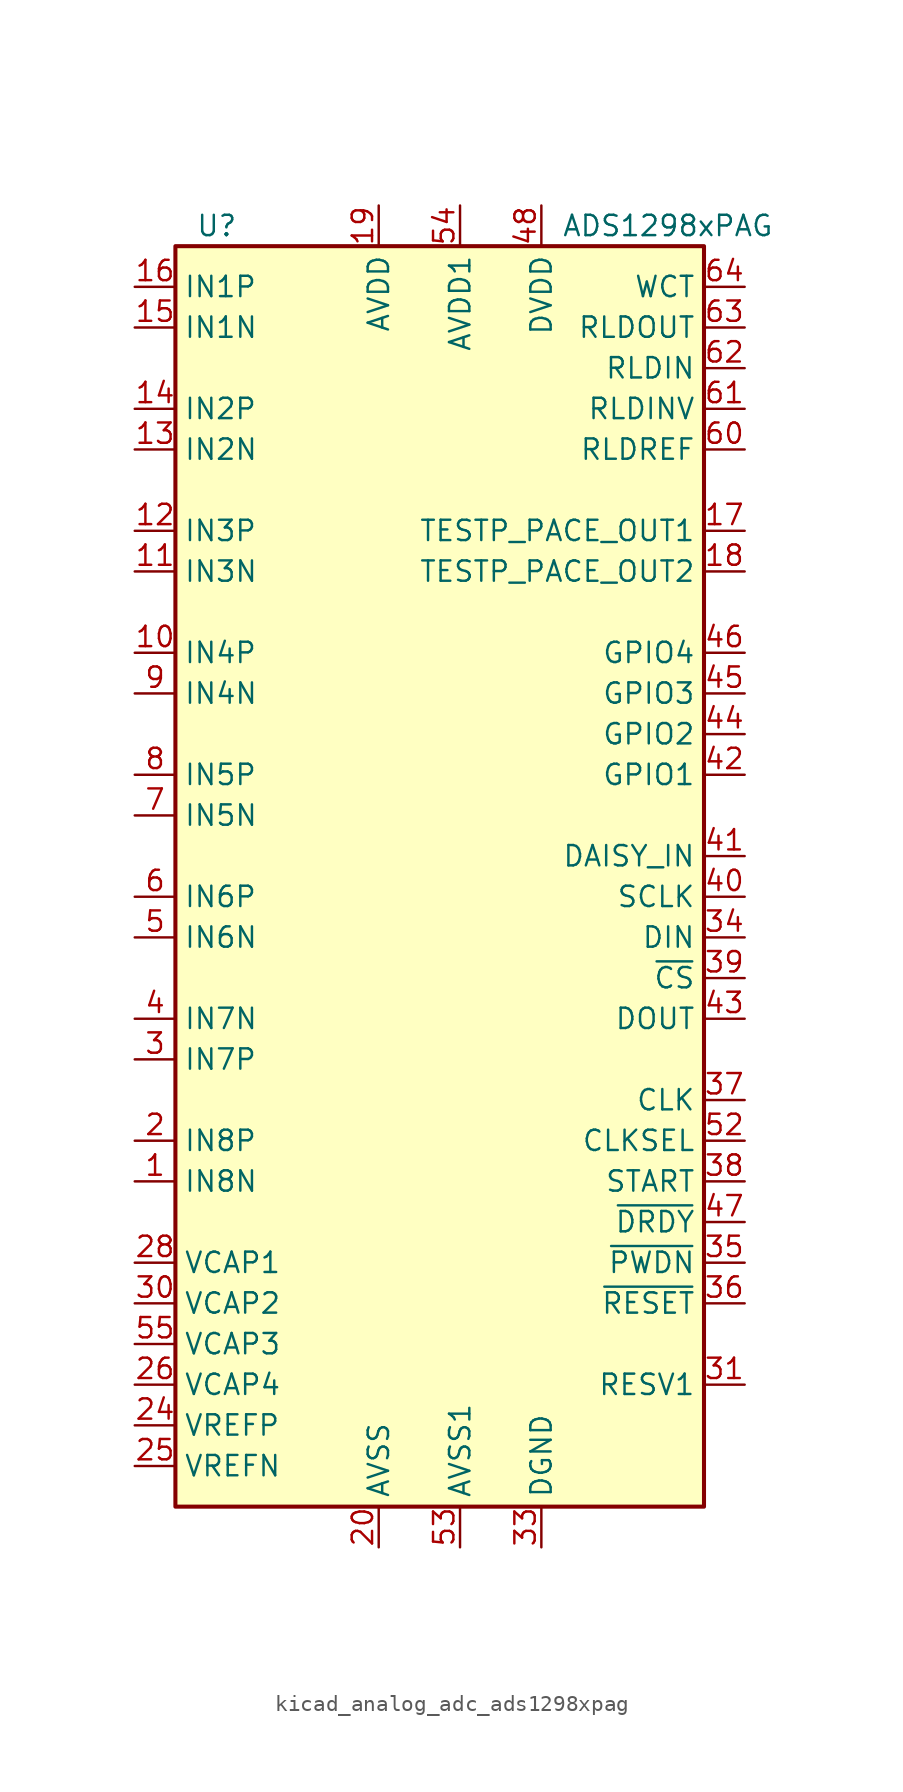
<source format=kicad_sym>
(kicad_symbol_lib
  (version 20220914)
  (generator kicad_symbol_editor)
  (symbol "kicad_analog_adc_ads1298xpag"
    (property "Reference" "U"
      (at -16.51 44.45 0)
      (effects (font (size 1.27 1.27)) (justify left)))
    (property "Value" "ADS1298xPAG"
      (at 6.35 44.45 0)
      (effects (font (size 1.27 1.27)) (justify left)))
    (symbol "kicad_analog_adc_ads1298xpag_0_1"
      (rectangle (start -17.78 43.18) (end 15.24 -35.56) (stroke (width 0.254) (type default)) (fill (type background))))
    (symbol "kicad_analog_adc_ads1298xpag_1_1"
      (pin input line (at -20.32 -15.24 0) (length 2.54) (name "IN8N" (effects (font (size 1.27 1.27)))) (number "1" (effects (font (size 1.27 1.27)))))
      (pin input line (at -20.32 17.78 0) (length 2.54) (name "IN4P" (effects (font (size 1.27 1.27)))) (number "10" (effects (font (size 1.27 1.27)))))
      (pin input line (at -20.32 22.86 0) (length 2.54) (name "IN3N" (effects (font (size 1.27 1.27)))) (number "11" (effects (font (size 1.27 1.27)))))
      (pin input line (at -20.32 25.4 0) (length 2.54) (name "IN3P" (effects (font (size 1.27 1.27)))) (number "12" (effects (font (size 1.27 1.27)))))
      (pin input line (at -20.32 30.48 0) (length 2.54) (name "IN2N" (effects (font (size 1.27 1.27)))) (number "13" (effects (font (size 1.27 1.27)))))
      (pin input line (at -20.32 33.02 0) (length 2.54) (name "IN2P" (effects (font (size 1.27 1.27)))) (number "14" (effects (font (size 1.27 1.27)))))
      (pin input line (at -20.32 38.1 0) (length 2.54) (name "IN1N" (effects (font (size 1.27 1.27)))) (number "15" (effects (font (size 1.27 1.27)))))
      (pin input line (at -20.32 40.64 0) (length 2.54) (name "IN1P" (effects (font (size 1.27 1.27)))) (number "16" (effects (font (size 1.27 1.27)))))
      (pin bidirectional line (at 17.78 25.4 180) (length 2.54) (name "TESTP_PACE_OUT1" (effects (font (size 1.27 1.27)))) (number "17" (effects (font (size 1.27 1.27)))))
      (pin bidirectional line (at 17.78 22.86 180) (length 2.54) (name "TESTP_PACE_OUT2" (effects (font (size 1.27 1.27)))) (number "18" (effects (font (size 1.27 1.27)))))
      (pin power_in line (at -5.08 45.72 270) (length 2.54) (name "AVDD" (effects (font (size 1.27 1.27)))) (number "19" (effects (font (size 1.27 1.27)))))
      (pin input line (at -20.32 -12.7 0) (length 2.54) (name "IN8P" (effects (font (size 1.27 1.27)))) (number "2" (effects (font (size 1.27 1.27)))))
      (pin power_in line (at -5.08 -38.1 90) (length 2.54) (name "AVSS" (effects (font (size 1.27 1.27)))) (number "20" (effects (font (size 1.27 1.27)))))
      (pin passive line (at -5.08 45.72 270) (length 2.54) hide (name "AVDD" (effects (font (size 1.27 1.27)))) (number "21" (effects (font (size 1.27 1.27)))))
      (pin passive line (at -5.08 45.72 270) (length 2.54) hide (name "AVDD" (effects (font (size 1.27 1.27)))) (number "22" (effects (font (size 1.27 1.27)))))
      (pin passive line (at -5.08 -38.1 90) (length 2.54) hide (name "AVSS" (effects (font (size 1.27 1.27)))) (number "23" (effects (font (size 1.27 1.27)))))
      (pin passive line (at -20.32 -30.48 0) (length 2.54) (name "VREFP" (effects (font (size 1.27 1.27)))) (number "24" (effects (font (size 1.27 1.27)))))
      (pin passive line (at -20.32 -33.02 0) (length 2.54) (name "VREFN" (effects (font (size 1.27 1.27)))) (number "25" (effects (font (size 1.27 1.27)))))
      (pin passive line (at -20.32 -27.94 0) (length 2.54) (name "VCAP4" (effects (font (size 1.27 1.27)))) (number "26" (effects (font (size 1.27 1.27)))))
      (pin no_connect line (at 15.24 -30.48 180) (length 2.54) hide (name "NC" (effects (font (size 1.27 1.27)))) (number "27" (effects (font (size 1.27 1.27)))))
      (pin passive line (at -20.32 -20.32 0) (length 2.54) (name "VCAP1" (effects (font (size 1.27 1.27)))) (number "28" (effects (font (size 1.27 1.27)))))
      (pin no_connect line (at 15.24 -33.02 180) (length 2.54) hide (name "NC" (effects (font (size 1.27 1.27)))) (number "29" (effects (font (size 1.27 1.27)))))
      (pin input line (at -20.32 -7.62 0) (length 2.54) (name "IN7P" (effects (font (size 1.27 1.27)))) (number "3" (effects (font (size 1.27 1.27)))))
      (pin passive line (at -20.32 -22.86 0) (length 2.54) (name "VCAP2" (effects (font (size 1.27 1.27)))) (number "30" (effects (font (size 1.27 1.27)))))
      (pin input line (at 17.78 -27.94 180) (length 2.54) (name "RESV1" (effects (font (size 1.27 1.27)))) (number "31" (effects (font (size 1.27 1.27)))))
      (pin passive line (at -5.08 -38.1 90) (length 2.54) hide (name "AVSS" (effects (font (size 1.27 1.27)))) (number "32" (effects (font (size 1.27 1.27)))))
      (pin power_in line (at 5.08 -38.1 90) (length 2.54) (name "DGND" (effects (font (size 1.27 1.27)))) (number "33" (effects (font (size 1.27 1.27)))))
      (pin input line (at 17.78 0 180) (length 2.54) (name "DIN" (effects (font (size 1.27 1.27)))) (number "34" (effects (font (size 1.27 1.27)))))
      (pin input line (at 17.78 -20.32 180) (length 2.54) (name "~{PWDN}" (effects (font (size 1.27 1.27)))) (number "35" (effects (font (size 1.27 1.27)))))
      (pin input line (at 17.78 -22.86 180) (length 2.54) (name "~{RESET}" (effects (font (size 1.27 1.27)))) (number "36" (effects (font (size 1.27 1.27)))))
      (pin bidirectional line (at 17.78 -10.16 180) (length 2.54) (name "CLK" (effects (font (size 1.27 1.27)))) (number "37" (effects (font (size 1.27 1.27)))))
      (pin input line (at 17.78 -15.24 180) (length 2.54) (name "START" (effects (font (size 1.27 1.27)))) (number "38" (effects (font (size 1.27 1.27)))))
      (pin input line (at 17.78 -2.54 180) (length 2.54) (name "~{CS}" (effects (font (size 1.27 1.27)))) (number "39" (effects (font (size 1.27 1.27)))))
      (pin input line (at -20.32 -5.08 0) (length 2.54) (name "IN7N" (effects (font (size 1.27 1.27)))) (number "4" (effects (font (size 1.27 1.27)))))
      (pin input line (at 17.78 2.54 180) (length 2.54) (name "SCLK" (effects (font (size 1.27 1.27)))) (number "40" (effects (font (size 1.27 1.27)))))
      (pin input line (at 17.78 5.08 180) (length 2.54) (name "DAISY_IN" (effects (font (size 1.27 1.27)))) (number "41" (effects (font (size 1.27 1.27)))))
      (pin bidirectional line (at 17.78 10.16 180) (length 2.54) (name "GPIO1" (effects (font (size 1.27 1.27)))) (number "42" (effects (font (size 1.27 1.27)))))
      (pin output line (at 17.78 -5.08 180) (length 2.54) (name "DOUT" (effects (font (size 1.27 1.27)))) (number "43" (effects (font (size 1.27 1.27)))))
      (pin bidirectional line (at 17.78 12.7 180) (length 2.54) (name "GPIO2" (effects (font (size 1.27 1.27)))) (number "44" (effects (font (size 1.27 1.27)))))
      (pin bidirectional line (at 17.78 15.24 180) (length 2.54) (name "GPIO3" (effects (font (size 1.27 1.27)))) (number "45" (effects (font (size 1.27 1.27)))))
      (pin bidirectional line (at 17.78 17.78 180) (length 2.54) (name "GPIO4" (effects (font (size 1.27 1.27)))) (number "46" (effects (font (size 1.27 1.27)))))
      (pin output line (at 17.78 -17.78 180) (length 2.54) (name "~{DRDY}" (effects (font (size 1.27 1.27)))) (number "47" (effects (font (size 1.27 1.27)))))
      (pin power_in line (at 5.08 45.72 270) (length 2.54) (name "DVDD" (effects (font (size 1.27 1.27)))) (number "48" (effects (font (size 1.27 1.27)))))
      (pin passive line (at 5.08 -38.1 90) (length 2.54) hide (name "DGND" (effects (font (size 1.27 1.27)))) (number "49" (effects (font (size 1.27 1.27)))))
      (pin input line (at -20.32 0 0) (length 2.54) (name "IN6N" (effects (font (size 1.27 1.27)))) (number "5" (effects (font (size 1.27 1.27)))))
      (pin passive line (at 5.08 45.72 270) (length 2.54) hide (name "DVDD" (effects (font (size 1.27 1.27)))) (number "50" (effects (font (size 1.27 1.27)))))
      (pin passive line (at 5.08 -38.1 90) (length 2.54) hide (name "DGND" (effects (font (size 1.27 1.27)))) (number "51" (effects (font (size 1.27 1.27)))))
      (pin input line (at 17.78 -12.7 180) (length 2.54) (name "CLKSEL" (effects (font (size 1.27 1.27)))) (number "52" (effects (font (size 1.27 1.27)))))
      (pin power_in line (at 0 -38.1 90) (length 2.54) (name "AVSS1" (effects (font (size 1.27 1.27)))) (number "53" (effects (font (size 1.27 1.27)))))
      (pin power_in line (at 0 45.72 270) (length 2.54) (name "AVDD1" (effects (font (size 1.27 1.27)))) (number "54" (effects (font (size 1.27 1.27)))))
      (pin passive line (at -20.32 -25.4 0) (length 2.54) (name "VCAP3" (effects (font (size 1.27 1.27)))) (number "55" (effects (font (size 1.27 1.27)))))
      (pin passive line (at -5.08 45.72 270) (length 2.54) hide (name "AVDD" (effects (font (size 1.27 1.27)))) (number "56" (effects (font (size 1.27 1.27)))))
      (pin passive line (at -5.08 -38.1 90) (length 2.54) hide (name "AVSS" (effects (font (size 1.27 1.27)))) (number "57" (effects (font (size 1.27 1.27)))))
      (pin passive line (at -5.08 -38.1 90) (length 2.54) hide (name "AVSS" (effects (font (size 1.27 1.27)))) (number "58" (effects (font (size 1.27 1.27)))))
      (pin passive line (at -5.08 45.72 270) (length 2.54) hide (name "AVDD" (effects (font (size 1.27 1.27)))) (number "59" (effects (font (size 1.27 1.27)))))
      (pin input line (at -20.32 2.54 0) (length 2.54) (name "IN6P" (effects (font (size 1.27 1.27)))) (number "6" (effects (font (size 1.27 1.27)))))
      (pin input line (at 17.78 30.48 180) (length 2.54) (name "RLDREF" (effects (font (size 1.27 1.27)))) (number "60" (effects (font (size 1.27 1.27)))))
      (pin input line (at 17.78 33.02 180) (length 2.54) (name "RLDINV" (effects (font (size 1.27 1.27)))) (number "61" (effects (font (size 1.27 1.27)))))
      (pin input line (at 17.78 35.56 180) (length 2.54) (name "RLDIN" (effects (font (size 1.27 1.27)))) (number "62" (effects (font (size 1.27 1.27)))))
      (pin output line (at 17.78 38.1 180) (length 2.54) (name "RLDOUT" (effects (font (size 1.27 1.27)))) (number "63" (effects (font (size 1.27 1.27)))))
      (pin output line (at 17.78 40.64 180) (length 2.54) (name "WCT" (effects (font (size 1.27 1.27)))) (number "64" (effects (font (size 1.27 1.27)))))
      (pin input line (at -20.32 7.62 0) (length 2.54) (name "IN5N" (effects (font (size 1.27 1.27)))) (number "7" (effects (font (size 1.27 1.27)))))
      (pin input line (at -20.32 10.16 0) (length 2.54) (name "IN5P" (effects (font (size 1.27 1.27)))) (number "8" (effects (font (size 1.27 1.27)))))
      (pin input line (at -20.32 15.24 0) (length 2.54) (name "IN4N" (effects (font (size 1.27 1.27)))) (number "9" (effects (font (size 1.27 1.27))))))))
</source>
